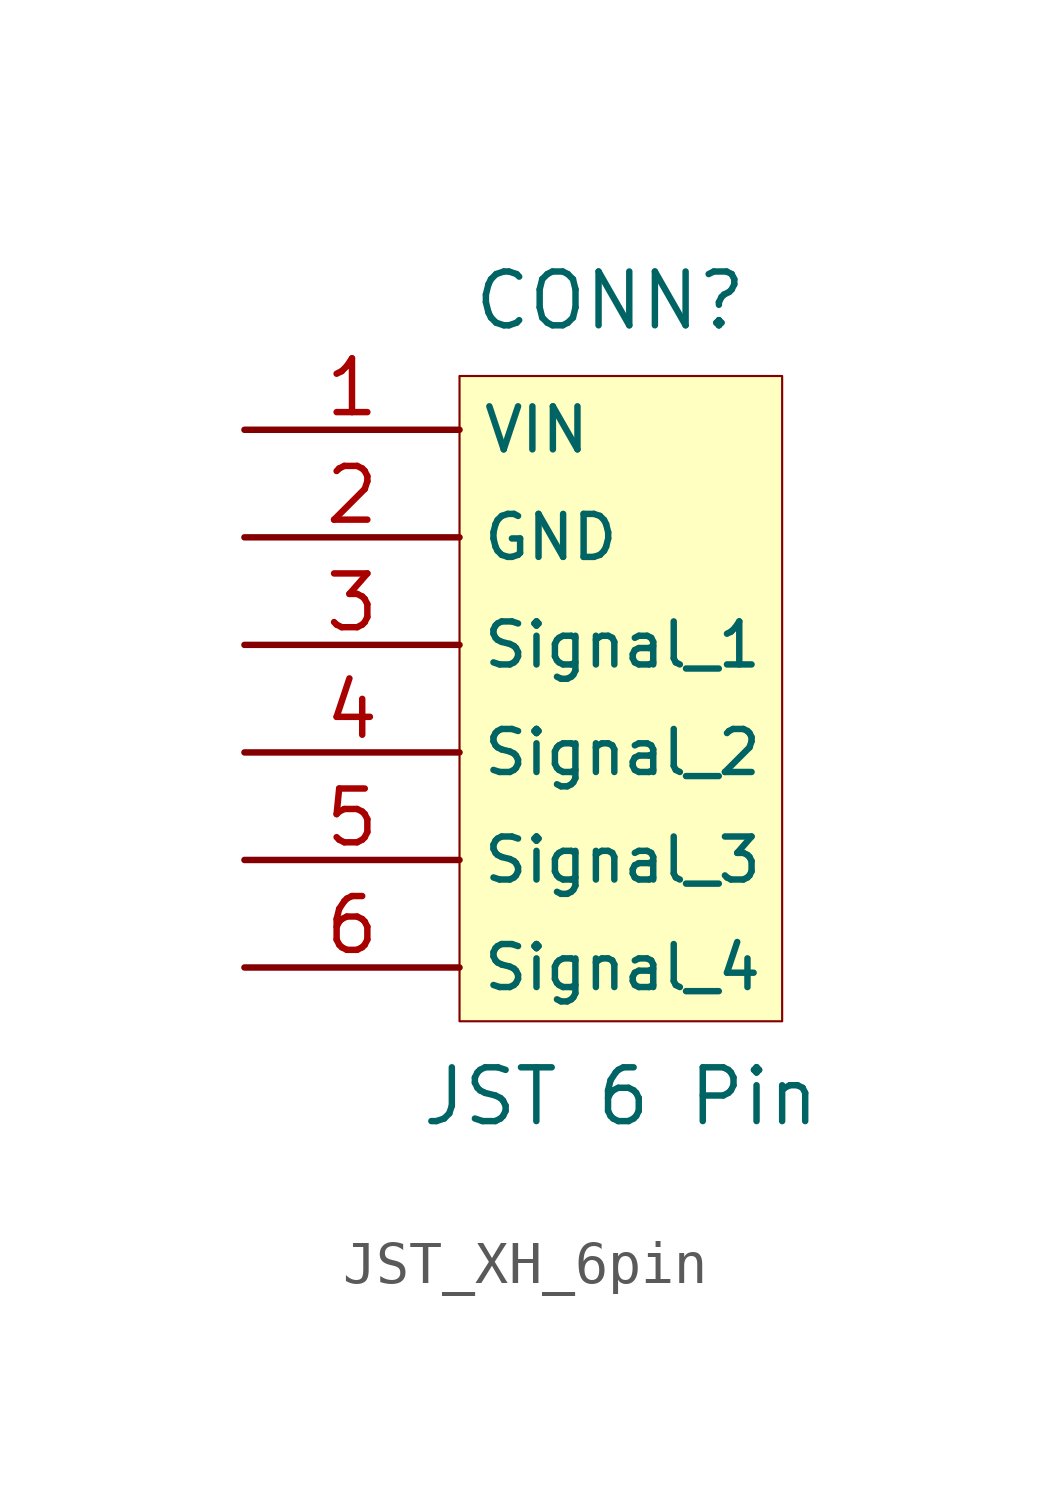
<source format=kicad_sym>
(kicad_symbol_lib
  (version 20241209)
  (generator "kicad_symbol_editor")
  (generator_version "9.0")
  (symbol "JST_XH_6pin"
    (property "Reference" "CONN"
      (at -0.254 9.398 0)
      (effects (font (size 1.27 1.27))))
    (property "Value" "JST 6 Pin"
      (at 0 -9.398 0)
      (effects (font (size 1.27 1.27))))
    (symbol "JST_XH_6pin_1_1"
      (rectangle (start -3.81 7.62) (end 3.81 -7.62) (stroke (width 0.051) (type solid)) (fill (type background)))
      (pin power_in line (at -8.89 6.35 0) (length 5.08) (name "VIN" (effects (font (size 1.016 1.016)))) (number "1" (effects (font (size 1.27 1.27)))))
      (pin power_in line (at -8.89 3.81 0) (length 5.08) (name "GND" (effects (font (size 1.016 1.016)))) (number "2" (effects (font (size 1.27 1.27)))))
      (pin output line (at -8.89 1.27 0) (length 5.08) (name "Signal_1" (effects (font (size 1.016 1.016)))) (number "3" (effects (font (size 1.27 1.27)))))
      (pin output line (at -8.89 -1.27 0) (length 5.08) (name "Signal_2" (effects (font (size 1.016 1.016)))) (number "4" (effects (font (size 1.27 1.27)))))
      (pin output line (at -8.89 -3.81 0) (length 5.08) (name "Signal_3" (effects (font (size 1.016 1.016)))) (number "5" (effects (font (size 1.27 1.27)))))
      (pin output line (at -8.89 -6.35 0) (length 5.08) (name "Signal_4" (effects (font (size 1.016 1.016)))) (number "6" (effects (font (size 1.27 1.27))))))))
</source>
